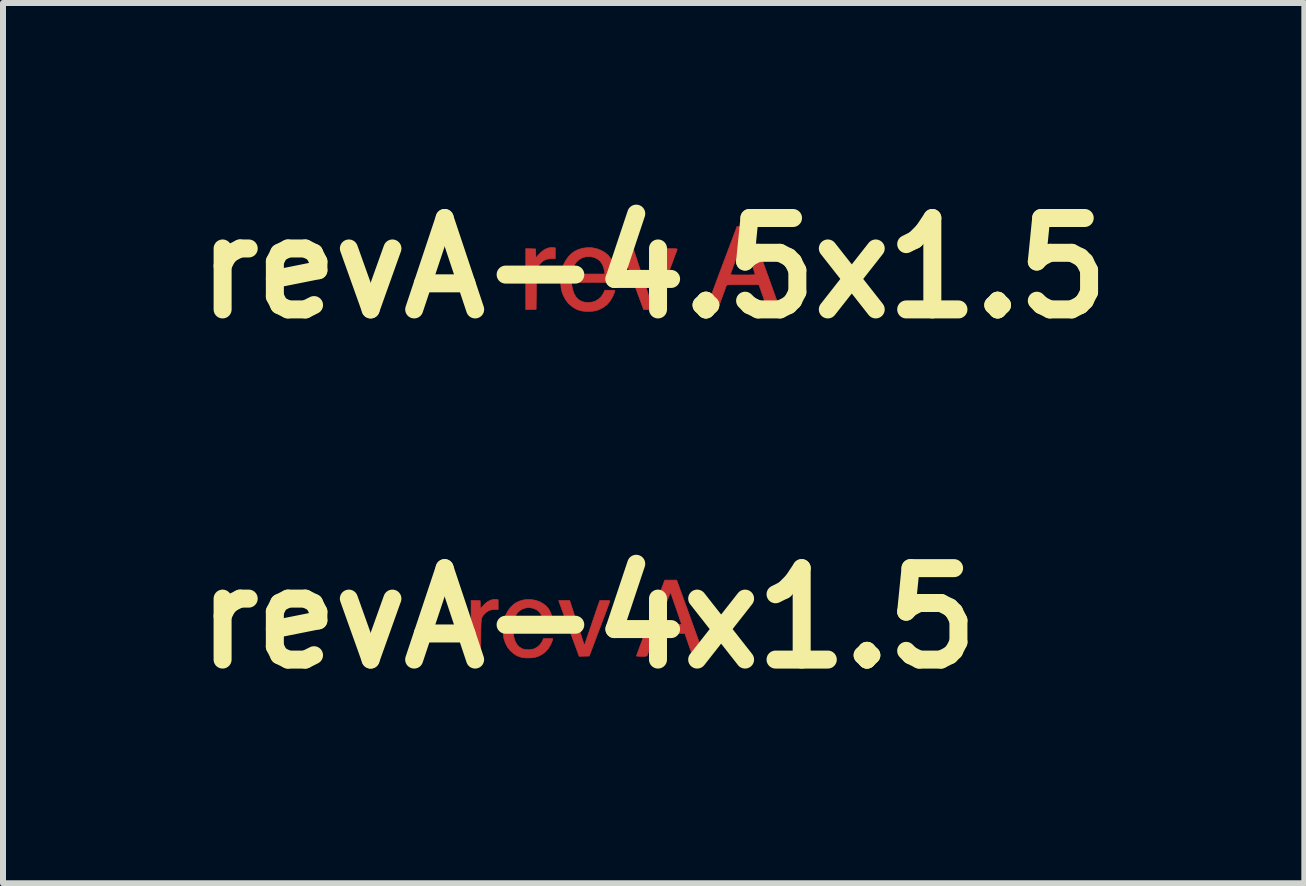
<source format=kicad_pcb>
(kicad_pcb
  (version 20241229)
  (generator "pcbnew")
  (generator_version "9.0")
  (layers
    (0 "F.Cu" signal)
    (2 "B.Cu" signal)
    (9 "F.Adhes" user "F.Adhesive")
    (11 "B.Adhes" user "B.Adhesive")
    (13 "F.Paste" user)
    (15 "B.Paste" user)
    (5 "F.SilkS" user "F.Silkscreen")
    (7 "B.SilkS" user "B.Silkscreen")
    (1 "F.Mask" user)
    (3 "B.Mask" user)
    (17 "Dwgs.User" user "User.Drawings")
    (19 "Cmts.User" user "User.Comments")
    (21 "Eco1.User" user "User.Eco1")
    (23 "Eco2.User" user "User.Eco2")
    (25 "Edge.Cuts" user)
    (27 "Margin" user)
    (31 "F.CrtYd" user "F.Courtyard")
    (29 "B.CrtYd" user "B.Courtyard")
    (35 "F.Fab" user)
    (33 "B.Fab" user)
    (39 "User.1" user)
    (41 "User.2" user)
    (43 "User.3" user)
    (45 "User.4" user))
  (footprint "revA-4.5x1.5"
    (layer "F.Cu")
    (at 7.845 1.418)
    (property "Reference" "revA-4.5x1.5" (at 0 0 0) (layer "F.SilkS") (effects (font (size 1.524 1.524) (thickness 0.3))))
    (attr through_hole)
    (fp_poly (pts (xy -1.669 -0.341) (xy -1.639 -0.337) (xy -1.64 -0.247) (xy -1.64 -0.158) (xy -1.703 -0.157) (xy -1.761 -0.152) (xy -1.808 -0.138) (xy -1.85 -0.113) (xy -1.882 -0.084) (xy -1.898 -0.067) (xy -1.911 -0.052) (xy -1.922 -0.037) (xy -1.931 -0.021) (xy -1.937 -0.002) (xy -1.943 0.02) (xy -1.947 0.049) (xy -1.949 0.085) (xy -1.951 0.13) (xy -1.953 0.185) (xy -1.954 0.252) (xy -1.955 0.333) (xy -1.955 0.358) (xy -1.959 0.689) (xy -2.045 0.691) (xy -2.132 0.693) (xy -2.132 -0.324) (xy -2.049 -0.322) (xy -1.967 -0.319) (xy -1.962 -0.169) (xy -1.933 -0.206) (xy -1.883 -0.26) (xy -1.831 -0.301) (xy -1.777 -0.329) (xy -1.722 -0.342) (xy -1.669 -0.341)) (stroke (width 0.01) (type solid)) (fill yes) (layer "F.Cu"))
    (fp_poly (pts (xy -0.258 -0.075) (xy -0.236 -0.007) (xy -0.212 0.066) (xy -0.189 0.138) (xy -0.166 0.207) (xy -0.145 0.269) (xy -0.128 0.322) (xy -0.124 0.333) (xy -0.072 0.493) (xy 0.054 0.125) (xy 0.079 0.052) (xy 0.103 -0.018) (xy 0.125 -0.083) (xy 0.146 -0.142) (xy 0.163 -0.193) (xy 0.177 -0.234) (xy 0.188 -0.264) (xy 0.194 -0.281) (xy 0.194 -0.283) (xy 0.209 -0.323) (xy 0.301 -0.323) (xy 0.342 -0.323) (xy 0.37 -0.321) (xy 0.386 -0.319) (xy 0.392 -0.315) (xy 0.392 -0.314) (xy 0.39 -0.305) (xy 0.382 -0.283) (xy 0.37 -0.249) (xy 0.353 -0.205) (xy 0.333 -0.15) (xy 0.31 -0.088) (xy 0.283 -0.017) (xy 0.255 0.059) (xy 0.224 0.14) (xy 0.205 0.192) (xy 0.017 0.689) (xy -0.075 0.691) (xy -0.167 0.693) (xy -0.353 0.189) (xy -0.384 0.105) (xy -0.413 0.025) (xy -0.44 -0.049) (xy -0.465 -0.117) (xy -0.487 -0.177) (xy -0.506 -0.228) (xy -0.521 -0.268) (xy -0.531 -0.298) (xy -0.538 -0.315) (xy -0.539 -0.319) (xy -0.532 -0.321) (xy -0.512 -0.322) (xy -0.482 -0.323) (xy -0.446 -0.323) (xy -0.439 -0.323) (xy -0.339 -0.323) (xy -0.258 -0.075)) (stroke (width 0.01) (type solid)) (fill yes) (layer "F.Cu"))
    (fp_poly (pts (xy -1.026 -0.339) (xy -0.948 -0.323) (xy -0.875 -0.295) (xy -0.871 -0.293) (xy -0.811 -0.258) (xy -0.761 -0.216) (xy -0.72 -0.166) (xy -0.688 -0.109) (xy -0.664 -0.041) (xy -0.648 0.039) (xy -0.638 0.13) (xy -0.637 0.164) (xy -0.633 0.239) (xy -1.371 0.239) (xy -1.366 0.275) (xy -1.351 0.357) (xy -1.327 0.425) (xy -1.296 0.48) (xy -1.256 0.523) (xy -1.208 0.552) (xy -1.19 0.559) (xy -1.141 0.571) (xy -1.085 0.573) (xy -1.03 0.568) (xy -0.982 0.555) (xy -0.973 0.551) (xy -0.922 0.52) (xy -0.877 0.479) (xy -0.843 0.43) (xy -0.835 0.415) (xy -0.815 0.369) (xy -0.647 0.369) (xy -0.651 0.394) (xy -0.657 0.413) (xy -0.667 0.44) (xy -0.681 0.471) (xy -0.688 0.485) (xy -0.729 0.554) (xy -0.781 0.612) (xy -0.843 0.659) (xy -0.913 0.694) (xy -0.975 0.712) (xy -1.018 0.719) (xy -1.069 0.722) (xy -1.12 0.722) (xy -1.168 0.719) (xy -1.208 0.713) (xy -1.214 0.712) (xy -1.259 0.698) (xy -1.297 0.681) (xy -1.335 0.659) (xy -1.36 0.642) (xy -1.42 0.59) (xy -1.469 0.527) (xy -1.508 0.452) (xy -1.533 0.378) (xy -1.543 0.33) (xy -1.548 0.272) (xy -1.55 0.208) (xy -1.549 0.144) (xy -1.545 0.1) (xy -1.364 0.1) (xy -0.814 0.1) (xy -0.818 0.064) (xy -0.833 -0.007) (xy -0.858 -0.067) (xy -0.894 -0.116) (xy -0.939 -0.153) (xy -0.994 -0.178) (xy -1 -0.18) (xy -1.065 -0.192) (xy -1.126 -0.189) (xy -1.184 -0.174) (xy -1.237 -0.145) (xy -1.282 -0.106) (xy -1.319 -0.057) (xy -1.345 0.002) (xy -1.36 0.064) (xy -1.364 0.1) (xy -1.545 0.1) (xy -1.543 0.084) (xy -1.534 0.033) (xy -1.533 0.027) (xy -1.506 -0.05) (xy -1.469 -0.121) (xy -1.424 -0.186) (xy -1.372 -0.24) (xy -1.326 -0.274) (xy -1.259 -0.309) (xy -1.184 -0.331) (xy -1.106 -0.341) (xy -1.026 -0.339)) (stroke (width 0.01) (type solid)) (fill yes) (layer "F.Cu"))
    (fp_poly (pts (xy 1.615 -0.672) (xy 1.618 -0.661) (xy 1.627 -0.638) (xy 1.64 -0.602) (xy 1.657 -0.554) (xy 1.678 -0.497) (xy 1.702 -0.43) (xy 1.729 -0.355) (xy 1.759 -0.273) (xy 1.791 -0.186) (xy 1.825 -0.093) (xy 1.86 0.004) (xy 1.862 0.01) (xy 1.897 0.107) (xy 1.93 0.199) (xy 1.962 0.287) (xy 1.991 0.369) (xy 2.018 0.443) (xy 2.041 0.509) (xy 2.062 0.566) (xy 2.078 0.613) (xy 2.09 0.649) (xy 2.098 0.672) (xy 2.101 0.682) (xy 2.101 0.682) (xy 2.099 0.686) (xy 2.091 0.69) (xy 2.075 0.691) (xy 2.048 0.692) (xy 2.008 0.691) (xy 2 0.691) (xy 1.898 0.689) (xy 1.827 0.485) (xy 1.808 0.432) (xy 1.791 0.384) (xy 1.777 0.343) (xy 1.766 0.311) (xy 1.758 0.289) (xy 1.755 0.279) (xy 1.755 0.279) (xy 1.748 0.279) (xy 1.727 0.278) (xy 1.694 0.278) (xy 1.65 0.277) (xy 1.599 0.277) (xy 1.541 0.277) (xy 1.486 0.277) (xy 1.415 0.277) (xy 1.357 0.277) (xy 1.312 0.278) (xy 1.277 0.278) (xy 1.252 0.279) (xy 1.234 0.281) (xy 1.223 0.283) (xy 1.216 0.286) (xy 1.213 0.289) (xy 1.212 0.291) (xy 1.208 0.301) (xy 1.2 0.324) (xy 1.188 0.358) (xy 1.173 0.399) (xy 1.156 0.446) (xy 1.142 0.485) (xy 1.123 0.535) (xy 1.106 0.581) (xy 1.092 0.621) (xy 1.08 0.652) (xy 1.072 0.672) (xy 1.069 0.679) (xy 1.064 0.685) (xy 1.055 0.689) (xy 1.039 0.691) (xy 1.013 0.692) (xy 0.975 0.693) (xy 0.97 0.693) (xy 0.934 0.692) (xy 0.904 0.691) (xy 0.884 0.689) (xy 0.875 0.687) (xy 0.878 0.679) (xy 0.885 0.658) (xy 0.897 0.624) (xy 0.913 0.579) (xy 0.934 0.524) (xy 0.958 0.459) (xy 0.985 0.385) (xy 1.015 0.305) (xy 1.047 0.217) (xy 1.082 0.125) (xy 1.089 0.106) (xy 1.279 0.106) (xy 1.282 0.109) (xy 1.291 0.111) (xy 1.309 0.113) (xy 1.338 0.114) (xy 1.378 0.115) (xy 1.431 0.115) (xy 1.485 0.115) (xy 1.543 0.115) (xy 1.594 0.115) (xy 1.636 0.113) (xy 1.668 0.112) (xy 1.687 0.11) (xy 1.693 0.108) (xy 1.691 0.1) (xy 1.684 0.079) (xy 1.673 0.047) (xy 1.66 0.006) (xy 1.643 -0.041) (xy 1.626 -0.094) (xy 1.607 -0.149) (xy 1.587 -0.205) (xy 1.568 -0.261) (xy 1.549 -0.313) (xy 1.533 -0.361) (xy 1.518 -0.403) (xy 1.506 -0.435) (xy 1.498 -0.457) (xy 1.494 -0.467) (xy 1.494 -0.467) (xy 1.491 -0.462) (xy 1.483 -0.444) (xy 1.471 -0.414) (xy 1.455 -0.374) (xy 1.436 -0.325) (xy 1.415 -0.27) (xy 1.393 -0.208) (xy 1.368 -0.142) (xy 1.343 -0.074) (xy 1.318 -0.004) (xy 1.294 0.066) (xy 1.279 0.106) (xy 1.089 0.106) (xy 1.118 0.028) (xy 1.131 -0.006) (xy 1.389 -0.692) (xy 1.498 -0.693) (xy 1.607 -0.693) (xy 1.615 -0.672)) (stroke (width 0.01) (type solid)) (fill yes) (layer "F.Cu")))
  (footprint "revA-4x1.5"
    (layer "F.Cu")
    (at 6.756 7.254)
    (property "Reference" "revA-4x1.5" (at 0 0 0) (layer "F.SilkS") (effects (font (size 1.524 1.524) (thickness 0.3))))
    (attr through_hole)
    (fp_poly (pts (xy -1.53 -0.313) (xy -1.503 -0.309) (xy -1.503 -0.227) (xy -1.503 -0.145) (xy -1.561 -0.144) (xy -1.614 -0.14) (xy -1.658 -0.127) (xy -1.696 -0.104) (xy -1.725 -0.077) (xy -1.74 -0.061) (xy -1.752 -0.047) (xy -1.762 -0.034) (xy -1.77 -0.019) (xy -1.776 -0.002) (xy -1.781 0.019) (xy -1.784 0.045) (xy -1.787 0.078) (xy -1.789 0.119) (xy -1.79 0.17) (xy -1.791 0.231) (xy -1.792 0.305) (xy -1.792 0.328) (xy -1.796 0.631) (xy -1.954 0.635) (xy -1.954 -0.297) (xy -1.879 -0.295) (xy -1.803 -0.293) (xy -1.801 -0.224) (xy -1.799 -0.155) (xy -1.772 -0.188) (xy -1.726 -0.238) (xy -1.678 -0.276) (xy -1.629 -0.301) (xy -1.579 -0.314) (xy -1.53 -0.313)) (stroke (width 0.01) (type solid)) (fill yes) (layer "F.Cu"))
    (fp_poly (pts (xy -0.237 -0.069) (xy -0.216 -0.006) (xy -0.195 0.06) (xy -0.173 0.126) (xy -0.152 0.19) (xy -0.133 0.247) (xy -0.117 0.295) (xy -0.114 0.305) (xy -0.066 0.452) (xy 0.05 0.115) (xy 0.072 0.048) (xy 0.094 -0.017) (xy 0.115 -0.076) (xy 0.133 -0.13) (xy 0.149 -0.177) (xy 0.162 -0.215) (xy 0.172 -0.242) (xy 0.178 -0.258) (xy 0.178 -0.259) (xy 0.192 -0.296) (xy 0.276 -0.296) (xy 0.314 -0.296) (xy 0.339 -0.295) (xy 0.354 -0.292) (xy 0.359 -0.288) (xy 0.36 -0.288) (xy 0.357 -0.28) (xy 0.35 -0.26) (xy 0.339 -0.229) (xy 0.324 -0.188) (xy 0.305 -0.138) (xy 0.284 -0.08) (xy 0.26 -0.016) (xy 0.234 0.054) (xy 0.206 0.128) (xy 0.187 0.176) (xy 0.016 0.631) (xy -0.153 0.635) (xy -0.323 0.173) (xy -0.352 0.096) (xy -0.379 0.023) (xy -0.404 -0.045) (xy -0.427 -0.107) (xy -0.447 -0.162) (xy -0.464 -0.209) (xy -0.477 -0.246) (xy -0.487 -0.273) (xy -0.493 -0.289) (xy -0.494 -0.293) (xy -0.487 -0.294) (xy -0.469 -0.295) (xy -0.442 -0.296) (xy -0.409 -0.296) (xy -0.402 -0.296) (xy -0.311 -0.296) (xy -0.237 -0.069)) (stroke (width 0.01) (type solid)) (fill yes) (layer "F.Cu"))
    (fp_poly (pts (xy -0.941 -0.31) (xy -0.869 -0.296) (xy -0.802 -0.271) (xy -0.799 -0.269) (xy -0.744 -0.236) (xy -0.698 -0.198) (xy -0.66 -0.153) (xy -0.631 -0.099) (xy -0.609 -0.037) (xy -0.594 0.035) (xy -0.585 0.119) (xy -0.583 0.15) (xy -0.581 0.219) (xy -1.257 0.219) (xy -1.252 0.252) (xy -1.238 0.327) (xy -1.217 0.39) (xy -1.188 0.44) (xy -1.151 0.479) (xy -1.108 0.506) (xy -1.091 0.513) (xy -1.046 0.523) (xy -0.995 0.526) (xy -0.945 0.521) (xy -0.9 0.509) (xy -0.892 0.505) (xy -0.845 0.477) (xy -0.804 0.439) (xy -0.773 0.394) (xy -0.766 0.38) (xy -0.747 0.339) (xy -0.593 0.339) (xy -0.597 0.362) (xy -0.602 0.378) (xy -0.612 0.403) (xy -0.624 0.432) (xy -0.63 0.445) (xy -0.668 0.508) (xy -0.716 0.561) (xy -0.773 0.604) (xy -0.837 0.636) (xy -0.894 0.653) (xy -0.934 0.659) (xy -0.979 0.662) (xy -1.027 0.662) (xy -1.071 0.659) (xy -1.107 0.654) (xy -1.113 0.652) (xy -1.154 0.64) (xy -1.189 0.625) (xy -1.224 0.604) (xy -1.246 0.589) (xy -1.301 0.541) (xy -1.347 0.483) (xy -1.382 0.415) (xy -1.405 0.347) (xy -1.414 0.303) (xy -1.419 0.249) (xy -1.421 0.191) (xy -1.42 0.132) (xy -1.416 0.092) (xy -1.251 0.092) (xy -0.746 0.092) (xy -0.75 0.058) (xy -0.764 -0.006) (xy -0.787 -0.061) (xy -0.819 -0.106) (xy -0.861 -0.14) (xy -0.911 -0.163) (xy -0.917 -0.165) (xy -0.976 -0.176) (xy -1.033 -0.174) (xy -1.086 -0.159) (xy -1.134 -0.133) (xy -1.175 -0.097) (xy -1.209 -0.052) (xy -1.233 0.001) (xy -1.246 0.058) (xy -1.251 0.092) (xy -1.416 0.092) (xy -1.415 0.077) (xy -1.406 0.03) (xy -1.405 0.025) (xy -1.381 -0.045) (xy -1.347 -0.111) (xy -1.305 -0.17) (xy -1.257 -0.22) (xy -1.216 -0.252) (xy -1.154 -0.283) (xy -1.085 -0.304) (xy -1.014 -0.313) (xy -0.941 -0.31)) (stroke (width 0.01) (type solid)) (fill yes) (layer "F.Cu"))
    (fp_poly (pts (xy 1.48 -0.616) (xy 1.484 -0.606) (xy 1.491 -0.585) (xy 1.503 -0.552) (xy 1.519 -0.508) (xy 1.538 -0.455) (xy 1.56 -0.394) (xy 1.585 -0.326) (xy 1.612 -0.251) (xy 1.642 -0.17) (xy 1.673 -0.085) (xy 1.705 0.004) (xy 1.707 0.009) (xy 1.739 0.098) (xy 1.769 0.183) (xy 1.798 0.263) (xy 1.825 0.338) (xy 1.85 0.406) (xy 1.871 0.467) (xy 1.89 0.519) (xy 1.905 0.562) (xy 1.916 0.595) (xy 1.923 0.616) (xy 1.926 0.625) (xy 1.926 0.625) (xy 1.924 0.629) (xy 1.917 0.632) (xy 1.902 0.634) (xy 1.877 0.634) (xy 1.841 0.634) (xy 1.833 0.633) (xy 1.74 0.631) (xy 1.674 0.445) (xy 1.657 0.396) (xy 1.642 0.352) (xy 1.629 0.314) (xy 1.619 0.285) (xy 1.612 0.265) (xy 1.609 0.256) (xy 1.609 0.256) (xy 1.602 0.255) (xy 1.583 0.255) (xy 1.552 0.255) (xy 1.513 0.254) (xy 1.466 0.254) (xy 1.412 0.254) (xy 1.362 0.254) (xy 1.297 0.254) (xy 1.244 0.254) (xy 1.202 0.255) (xy 1.171 0.255) (xy 1.147 0.256) (xy 1.131 0.258) (xy 1.121 0.259) (xy 1.115 0.262) (xy 1.112 0.265) (xy 1.111 0.266) (xy 1.108 0.276) (xy 1.1 0.297) (xy 1.089 0.328) (xy 1.075 0.366) (xy 1.059 0.409) (xy 1.046 0.444) (xy 1.03 0.491) (xy 1.014 0.533) (xy 1.001 0.569) (xy 0.99 0.598) (xy 0.983 0.616) (xy 0.98 0.623) (xy 0.975 0.628) (xy 0.967 0.631) (xy 0.952 0.634) (xy 0.929 0.635) (xy 0.894 0.635) (xy 0.889 0.635) (xy 0.856 0.635) (xy 0.829 0.633) (xy 0.81 0.632) (xy 0.802 0.63) (xy 0.805 0.622) (xy 0.811 0.603) (xy 0.822 0.572) (xy 0.837 0.531) (xy 0.856 0.48) (xy 0.878 0.42) (xy 0.903 0.353) (xy 0.93 0.279) (xy 0.96 0.199) (xy 0.992 0.114) (xy 0.998 0.097) (xy 1.173 0.097) (xy 1.175 0.1) (xy 1.183 0.102) (xy 1.2 0.103) (xy 1.226 0.105) (xy 1.263 0.105) (xy 1.312 0.106) (xy 1.361 0.106) (xy 1.414 0.106) (xy 1.461 0.105) (xy 1.5 0.104) (xy 1.529 0.103) (xy 1.547 0.101) (xy 1.552 0.099) (xy 1.55 0.092) (xy 1.544 0.072) (xy 1.534 0.043) (xy 1.521 0.006) (xy 1.507 -0.038) (xy 1.49 -0.086) (xy 1.473 -0.136) (xy 1.455 -0.188) (xy 1.437 -0.239) (xy 1.42 -0.287) (xy 1.405 -0.331) (xy 1.392 -0.369) (xy 1.381 -0.399) (xy 1.373 -0.419) (xy 1.37 -0.428) (xy 1.37 -0.428) (xy 1.367 -0.424) (xy 1.359 -0.407) (xy 1.348 -0.379) (xy 1.334 -0.343) (xy 1.317 -0.298) (xy 1.297 -0.247) (xy 1.276 -0.191) (xy 1.254 -0.13) (xy 1.231 -0.068) (xy 1.208 -0.004) (xy 1.186 0.06) (xy 1.173 0.097) (xy 0.998 0.097) (xy 1.025 0.026) (xy 1.037 -0.005) (xy 1.274 -0.635) (xy 1.373 -0.635) (xy 1.473 -0.635) (xy 1.48 -0.616)) (stroke (width 0.01) (type solid)) (fill yes) (layer "F.Cu")))
  (gr_rect
    (start -3 -3)
    (end 18.69 11.672)
    (stroke (width 0.1) (type default))
    (fill no)
    (layer "Edge.Cuts")))
</source>
